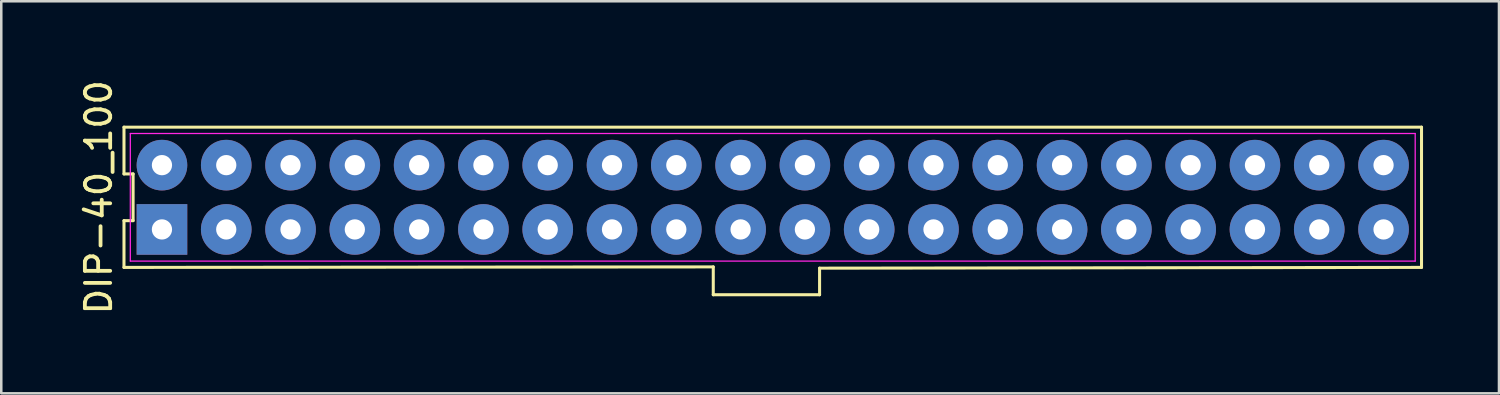
<source format=kicad_pcb>
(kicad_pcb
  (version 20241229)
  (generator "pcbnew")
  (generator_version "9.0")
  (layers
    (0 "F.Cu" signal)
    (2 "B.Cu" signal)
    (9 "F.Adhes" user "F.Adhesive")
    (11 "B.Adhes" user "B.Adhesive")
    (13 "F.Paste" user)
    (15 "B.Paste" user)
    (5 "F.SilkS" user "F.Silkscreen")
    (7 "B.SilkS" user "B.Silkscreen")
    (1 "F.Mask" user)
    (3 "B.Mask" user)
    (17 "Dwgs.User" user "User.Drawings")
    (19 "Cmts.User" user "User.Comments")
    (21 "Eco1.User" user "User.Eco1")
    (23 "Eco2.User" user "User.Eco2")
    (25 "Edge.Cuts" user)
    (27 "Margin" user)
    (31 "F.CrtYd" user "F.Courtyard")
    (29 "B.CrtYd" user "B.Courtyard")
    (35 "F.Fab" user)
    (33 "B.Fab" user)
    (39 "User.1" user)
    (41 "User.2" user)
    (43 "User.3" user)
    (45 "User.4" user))
  (footprint "DIP-40_100"
    (layer "F.Cu")
    (at 27.478 4.744)
    (property "Reference" "DIP-40_100" (at -26.63 0 90) (layer "F.SilkS") (effects (font (size 1 1) (thickness 0.15))))
    (fp_line (start -25.63 -2.77) (end -25.63 -0.923) (stroke (width 0.12) (type solid)) (layer "F.SilkS"))
    (fp_line (start -25.63 -0.923) (end -25.27 -0.923) (stroke (width 0.12) (type solid)) (layer "F.SilkS"))
    (fp_line (start -25.63 0.923) (end -25.63 2.77) (stroke (width 0.12) (type solid)) (layer "F.SilkS"))
    (fp_line (start -25.63 2.77) (end -2.35 2.75) (stroke (width 0.12) (type solid)) (layer "F.SilkS"))
    (fp_line (start -25.27 -0.923) (end -25.27 0.923) (stroke (width 0.12) (type solid)) (layer "F.SilkS"))
    (fp_line (start -25.27 0.923) (end -25.63 0.923) (stroke (width 0.12) (type solid)) (layer "F.SilkS"))
    (fp_line (start -2.35 2.75) (end -2.35 3.85) (stroke (width 0.12) (type solid)) (layer "F.SilkS"))
    (fp_line (start -2.35 3.85) (end 1.85 3.85) (stroke (width 0.12) (type solid)) (layer "F.SilkS"))
    (fp_line (start 1.85 2.8) (end 25.63 2.77) (stroke (width 0.12) (type solid)) (layer "F.SilkS"))
    (fp_line (start 1.85 3.85) (end 1.85 2.8) (stroke (width 0.12) (type solid)) (layer "F.SilkS"))
    (fp_line (start 25.63 -2.77) (end -25.63 -2.77) (stroke (width 0.12) (type solid)) (layer "F.SilkS"))
    (fp_line (start 25.63 2.77) (end 25.63 -2.77) (stroke (width 0.12) (type solid)) (layer "F.SilkS"))
    (fp_line (start -25.38 -2.52) (end 25.38 -2.52) (stroke (width 0.05) (type solid)) (layer "F.CrtYd"))
    (fp_line (start -25.38 2.52) (end -25.38 -2.52) (stroke (width 0.05) (type solid)) (layer "F.CrtYd"))
    (fp_line (start 25.38 -2.52) (end 25.38 2.52) (stroke (width 0.05) (type solid)) (layer "F.CrtYd"))
    (fp_line (start 25.38 2.52) (end -25.38 2.52) (stroke (width 0.05) (type solid)) (layer "F.CrtYd"))
    (pad "1" thru_hole rect (at -24.13 1.27) (size 2 2) (drill 0.8) (layers "*.Cu" "*.Mask"))
    (pad "2" thru_hole circle (at -24.13 -1.27) (size 2 2) (drill 0.8) (layers "*.Cu" "*.Mask"))
    (pad "3" thru_hole circle (at -21.59 1.27) (size 2 2) (drill 0.8) (layers "*.Cu" "*.Mask"))
    (pad "4" thru_hole circle (at -21.59 -1.27) (size 2 2) (drill 0.8) (layers "*.Cu" "*.Mask"))
    (pad "5" thru_hole circle (at -19.05 1.27) (size 2 2) (drill 0.8) (layers "*.Cu" "*.Mask"))
    (pad "6" thru_hole circle (at -19.05 -1.27) (size 2 2) (drill 0.8) (layers "*.Cu" "*.Mask"))
    (pad "7" thru_hole circle (at -16.51 1.27) (size 2 2) (drill 0.8) (layers "*.Cu" "*.Mask"))
    (pad "8" thru_hole circle (at -16.51 -1.27) (size 2 2) (drill 0.8) (layers "*.Cu" "*.Mask"))
    (pad "9" thru_hole circle (at -13.97 1.27) (size 2 2) (drill 0.8) (layers "*.Cu" "*.Mask"))
    (pad "10" thru_hole circle (at -13.97 -1.27) (size 2 2) (drill 0.8) (layers "*.Cu" "*.Mask"))
    (pad "11" thru_hole circle (at -11.43 1.27) (size 2 2) (drill 0.8) (layers "*.Cu" "*.Mask"))
    (pad "12" thru_hole circle (at -11.43 -1.27) (size 2 2) (drill 0.8) (layers "*.Cu" "*.Mask"))
    (pad "13" thru_hole circle (at -8.89 1.27) (size 2 2) (drill 0.8) (layers "*.Cu" "*.Mask"))
    (pad "14" thru_hole circle (at -8.89 -1.27) (size 2 2) (drill 0.8) (layers "*.Cu" "*.Mask"))
    (pad "15" thru_hole circle (at -6.35 1.27) (size 2 2) (drill 0.8) (layers "*.Cu" "*.Mask"))
    (pad "16" thru_hole circle (at -6.35 -1.27) (size 2 2) (drill 0.8) (layers "*.Cu" "*.Mask"))
    (pad "17" thru_hole circle (at -3.81 1.27) (size 2 2) (drill 0.8) (layers "*.Cu" "*.Mask"))
    (pad "18" thru_hole circle (at -3.81 -1.27) (size 2 2) (drill 0.8) (layers "*.Cu" "*.Mask"))
    (pad "19" thru_hole circle (at -1.27 1.27) (size 2 2) (drill 0.8) (layers "*.Cu" "*.Mask"))
    (pad "20" thru_hole circle (at -1.27 -1.27) (size 2 2) (drill 0.8) (layers "*.Cu" "*.Mask"))
    (pad "21" thru_hole circle (at 1.27 1.27) (size 2 2) (drill 0.8) (layers "*.Cu" "*.Mask"))
    (pad "22" thru_hole circle (at 1.27 -1.27) (size 2 2) (drill 0.8) (layers "*.Cu" "*.Mask"))
    (pad "23" thru_hole circle (at 3.81 1.27) (size 2 2) (drill 0.8) (layers "*.Cu" "*.Mask"))
    (pad "24" thru_hole circle (at 3.81 -1.27) (size 2 2) (drill 0.8) (layers "*.Cu" "*.Mask"))
    (pad "25" thru_hole circle (at 6.35 1.27) (size 2 2) (drill 0.8) (layers "*.Cu" "*.Mask"))
    (pad "26" thru_hole circle (at 6.35 -1.27) (size 2 2) (drill 0.8) (layers "*.Cu" "*.Mask"))
    (pad "27" thru_hole circle (at 8.89 1.27) (size 2 2) (drill 0.8) (layers "*.Cu" "*.Mask"))
    (pad "28" thru_hole circle (at 8.89 -1.27) (size 2 2) (drill 0.8) (layers "*.Cu" "*.Mask"))
    (pad "29" thru_hole circle (at 11.43 1.27) (size 2 2) (drill 0.8) (layers "*.Cu" "*.Mask"))
    (pad "30" thru_hole circle (at 11.43 -1.27) (size 2 2) (drill 0.8) (layers "*.Cu" "*.Mask"))
    (pad "31" thru_hole circle (at 13.97 1.27) (size 2 2) (drill 0.8) (layers "*.Cu" "*.Mask"))
    (pad "32" thru_hole circle (at 13.97 -1.27) (size 2 2) (drill 0.8) (layers "*.Cu" "*.Mask"))
    (pad "33" thru_hole circle (at 16.51 1.27) (size 2 2) (drill 0.8) (layers "*.Cu" "*.Mask"))
    (pad "34" thru_hole circle (at 16.51 -1.27) (size 2 2) (drill 0.8) (layers "*.Cu" "*.Mask"))
    (pad "35" thru_hole circle (at 19.05 1.27) (size 2 2) (drill 0.8) (layers "*.Cu" "*.Mask"))
    (pad "36" thru_hole circle (at 19.05 -1.27) (size 2 2) (drill 0.8) (layers "*.Cu" "*.Mask"))
    (pad "37" thru_hole circle (at 21.59 1.27) (size 2 2) (drill 0.8) (layers "*.Cu" "*.Mask"))
    (pad "38" thru_hole circle (at 21.59 -1.27) (size 2 2) (drill 0.8) (layers "*.Cu" "*.Mask"))
    (pad "39" thru_hole circle (at 24.13 1.27) (size 2 2) (drill 0.8) (layers "*.Cu" "*.Mask"))
    (pad "40" thru_hole circle (at 24.13 -1.27) (size 2 2) (drill 0.8) (layers "*.Cu" "*.Mask")))
  (gr_rect
    (start -3 -3)
    (end 56.168 12.488)
    (stroke (width 0.1) (type default))
    (fill no)
    (layer "Edge.Cuts")))
</source>
